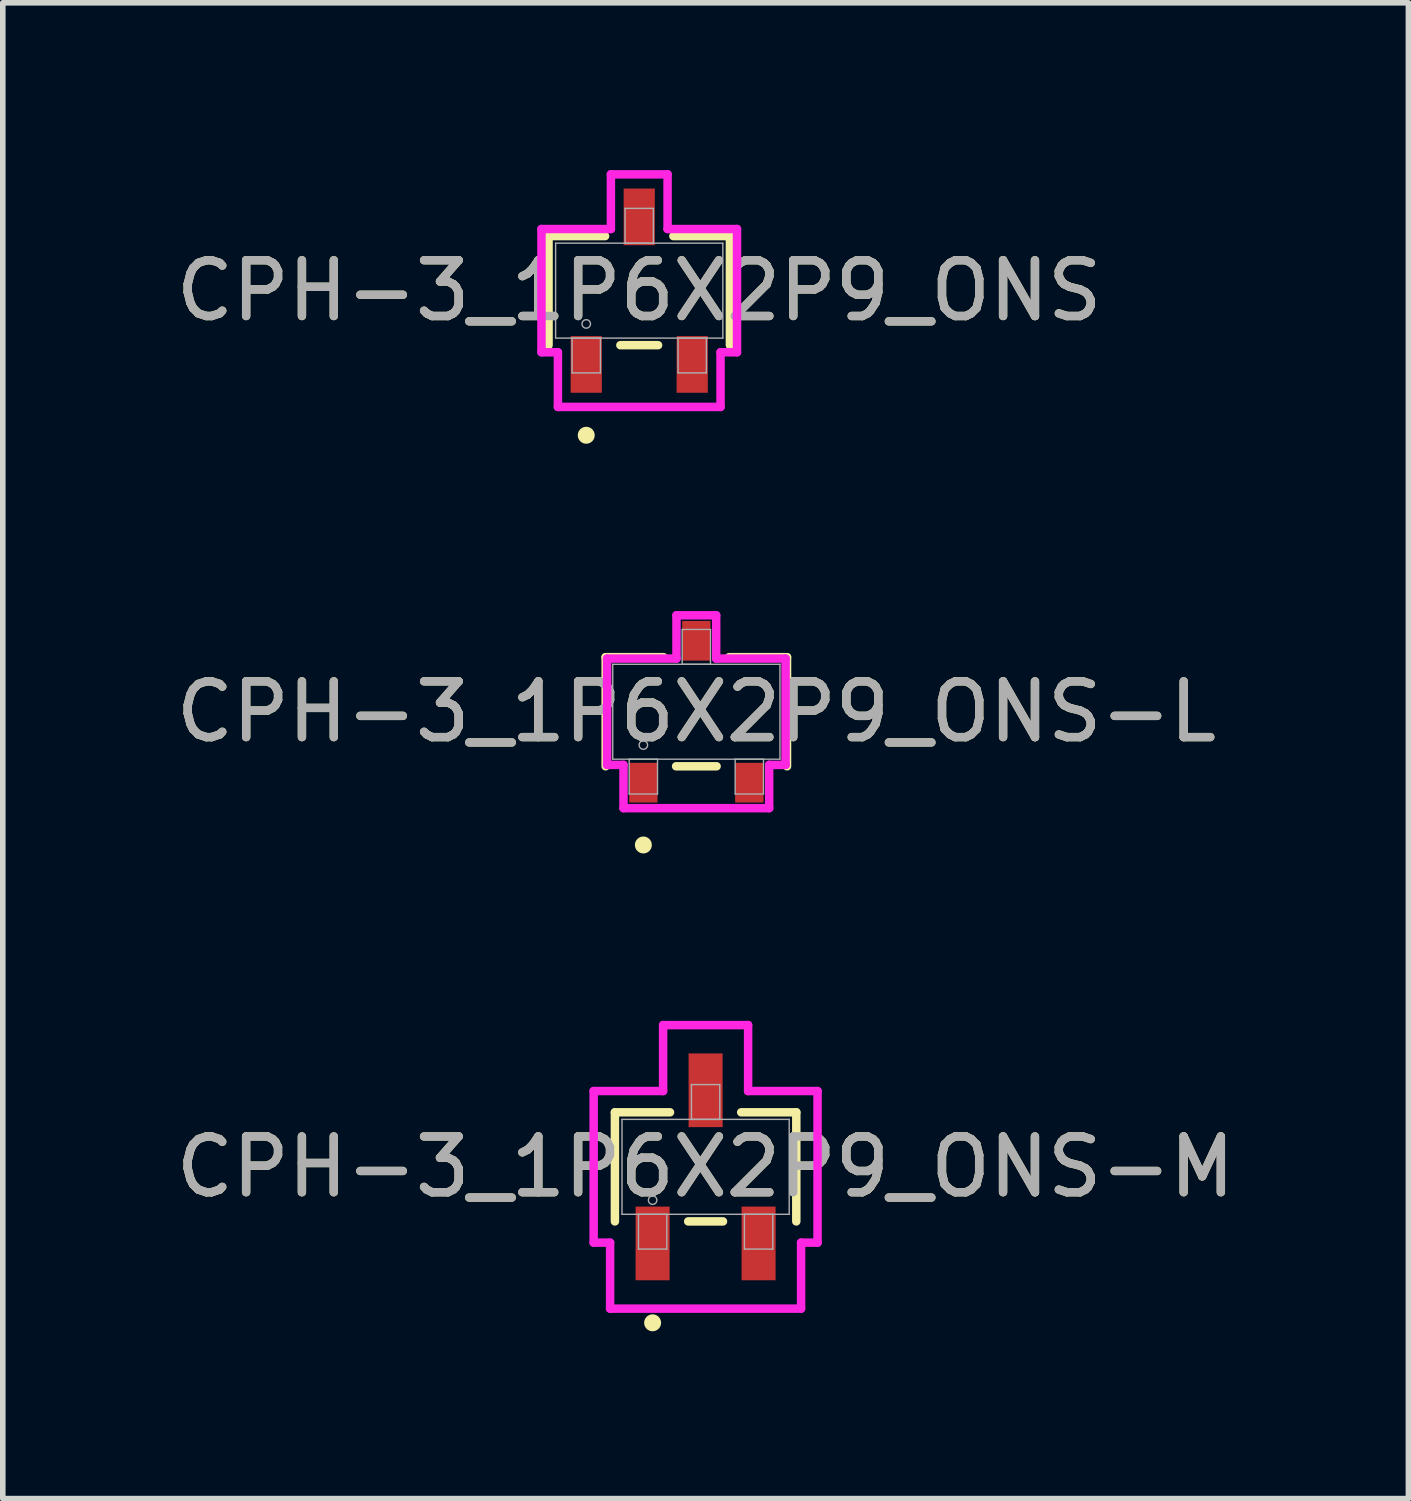
<source format=kicad_pcb>
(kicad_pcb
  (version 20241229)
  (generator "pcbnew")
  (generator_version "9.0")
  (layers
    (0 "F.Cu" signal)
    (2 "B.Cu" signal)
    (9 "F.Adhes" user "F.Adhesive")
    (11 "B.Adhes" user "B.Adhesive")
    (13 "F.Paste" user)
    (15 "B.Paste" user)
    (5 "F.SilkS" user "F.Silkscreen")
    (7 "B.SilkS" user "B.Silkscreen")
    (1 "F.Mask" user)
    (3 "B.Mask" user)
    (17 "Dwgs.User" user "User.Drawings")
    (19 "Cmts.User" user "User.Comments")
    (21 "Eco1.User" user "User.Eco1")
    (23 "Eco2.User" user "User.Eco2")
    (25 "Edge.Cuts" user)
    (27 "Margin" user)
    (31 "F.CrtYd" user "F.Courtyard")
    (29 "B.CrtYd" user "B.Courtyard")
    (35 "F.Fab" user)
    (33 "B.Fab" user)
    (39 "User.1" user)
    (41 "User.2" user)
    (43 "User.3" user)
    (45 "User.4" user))
  (footprint "CPH-3_1P6X2P9_ONS"
    (layer "F.Cu")
    (at 8.411 2.161)
    (property "Reference" "CPH-3_1P6X2P9_ONS" (at 0 0 0) (unlocked yes) (layer "F.SilkS") (effects (font (size 1 1) (thickness 0.15))))
    (attr smd)
    (fp_line (start -1.626 -0.978) (end -1.626 0.978) (stroke (width 0.152) (type solid)) (layer "F.SilkS"))
    (fp_line (start -0.612 -0.978) (end -1.626 -0.978) (stroke (width 0.152) (type solid)) (layer "F.SilkS"))
    (fp_line (start -0.338 0.978) (end 0.338 0.978) (stroke (width 0.152) (type solid)) (layer "F.SilkS"))
    (fp_line (start 1.626 -0.978) (end 0.612 -0.978) (stroke (width 0.152) (type solid)) (layer "F.SilkS"))
    (fp_line (start 1.626 0.978) (end 1.626 -0.978) (stroke (width 0.152) (type solid)) (layer "F.SilkS"))
    (fp_circle (center -0.95 2.593) (end -0.874 2.593) (stroke (width 0.152) (type solid)) (fill no) (layer "F.SilkS"))
    (fp_line (start -1.753 -1.105) (end -0.508 -1.105) (stroke (width 0.152) (type solid)) (layer "F.CrtYd"))
    (fp_line (start -1.753 1.105) (end -1.753 -1.105) (stroke (width 0.152) (type solid)) (layer "F.CrtYd"))
    (fp_line (start -1.753 1.105) (end -1.458 1.105) (stroke (width 0.152) (type solid)) (layer "F.CrtYd"))
    (fp_line (start -1.458 1.105) (end -1.458 2.085) (stroke (width 0.152) (type solid)) (layer "F.CrtYd"))
    (fp_line (start -1.458 2.085) (end 1.458 2.085) (stroke (width 0.152) (type solid)) (layer "F.CrtYd"))
    (fp_line (start -0.508 -2.085) (end 0.508 -2.085) (stroke (width 0.152) (type solid)) (layer "F.CrtYd"))
    (fp_line (start -0.508 -1.105) (end -0.508 -2.085) (stroke (width 0.152) (type solid)) (layer "F.CrtYd"))
    (fp_line (start 0.508 -1.105) (end 0.508 -2.085) (stroke (width 0.152) (type solid)) (layer "F.CrtYd"))
    (fp_line (start 1.458 1.105) (end 1.458 2.085) (stroke (width 0.152) (type solid)) (layer "F.CrtYd"))
    (fp_line (start 1.753 -1.105) (end 0.508 -1.105) (stroke (width 0.152) (type solid)) (layer "F.CrtYd"))
    (fp_line (start 1.753 -1.105) (end 1.753 1.105) (stroke (width 0.152) (type solid)) (layer "F.CrtYd"))
    (fp_line (start 1.753 1.105) (end 1.458 1.105) (stroke (width 0.152) (type solid)) (layer "F.CrtYd"))
    (fp_line (start -1.499 -0.851) (end -1.499 0.851) (stroke (width 0.025) (type solid)) (layer "F.Fab"))
    (fp_line (start -1.499 0.851) (end 1.499 0.851) (stroke (width 0.025) (type solid)) (layer "F.Fab"))
    (fp_line (start -1.204 0.851) (end -1.204 1.475) (stroke (width 0.025) (type solid)) (layer "F.Fab"))
    (fp_line (start -1.204 1.475) (end -0.696 1.475) (stroke (width 0.025) (type solid)) (layer "F.Fab"))
    (fp_line (start -0.696 0.851) (end -1.204 0.851) (stroke (width 0.025) (type solid)) (layer "F.Fab"))
    (fp_line (start -0.696 1.475) (end -0.696 0.851) (stroke (width 0.025) (type solid)) (layer "F.Fab"))
    (fp_line (start -0.254 -1.475) (end -0.254 -0.851) (stroke (width 0.025) (type solid)) (layer "F.Fab"))
    (fp_line (start -0.254 -0.851) (end 0.254 -0.851) (stroke (width 0.025) (type solid)) (layer "F.Fab"))
    (fp_line (start 0.254 -1.475) (end -0.254 -1.475) (stroke (width 0.025) (type solid)) (layer "F.Fab"))
    (fp_line (start 0.254 -0.851) (end 0.254 -1.475) (stroke (width 0.025) (type solid)) (layer "F.Fab"))
    (fp_line (start 0.696 0.851) (end 0.696 1.475) (stroke (width 0.025) (type solid)) (layer "F.Fab"))
    (fp_line (start 0.696 1.475) (end 1.204 1.475) (stroke (width 0.025) (type solid)) (layer "F.Fab"))
    (fp_line (start 1.204 0.851) (end 0.696 0.851) (stroke (width 0.025) (type solid)) (layer "F.Fab"))
    (fp_line (start 1.204 1.475) (end 1.204 0.851) (stroke (width 0.025) (type solid)) (layer "F.Fab"))
    (fp_line (start 1.499 -0.851) (end -1.499 -0.851) (stroke (width 0.025) (type solid)) (layer "F.Fab"))
    (fp_line (start 1.499 0.851) (end 1.499 -0.851) (stroke (width 0.025) (type solid)) (layer "F.Fab"))
    (fp_circle (center -0.95 0.597) (end -0.874 0.597) (stroke (width 0.025) (type solid)) (fill no) (layer "F.Fab"))
    (fp_text user "${REFERENCE}" (at 0 0 0) (unlocked yes) (layer "F.Fab") (effects (font (size 1 1) (thickness 0.15))))
    (pad "1" smd rect (at -0.95 1.323) (size 0.559 1.016) (layers "F.Cu" "F.Mask" "F.Paste"))
    (pad "2" smd rect (at 0.95 1.323) (size 0.559 1.016) (layers "F.Cu" "F.Mask" "F.Paste"))
    (pad "3" smd rect (at 0 -1.323) (size 0.559 1.016) (layers "F.Cu" "F.Mask" "F.Paste")))
  (footprint "CPH-3_1P6X2P9_ONS-L"
    (layer "F.Cu")
    (at 9.435 9.711)
    (property "Reference" "CPH-3_1P6X2P9_ONS-L" (at 0 0 0) (unlocked yes) (layer "F.SilkS") (effects (font (size 1 1) (thickness 0.15))))
    (attr smd)
    (fp_line (start -1.626 -0.978) (end -1.626 0.978) (stroke (width 0.152) (type solid)) (layer "F.SilkS"))
    (fp_line (start -0.587 -0.978) (end -1.626 -0.978) (stroke (width 0.152) (type solid)) (layer "F.SilkS"))
    (fp_line (start -0.363 0.978) (end 0.363 0.978) (stroke (width 0.152) (type solid)) (layer "F.SilkS"))
    (fp_line (start 1.626 -0.978) (end 0.587 -0.978) (stroke (width 0.152) (type solid)) (layer "F.SilkS"))
    (fp_line (start 1.626 0.978) (end 1.626 -0.978) (stroke (width 0.152) (type solid)) (layer "F.SilkS"))
    (fp_circle (center -0.95 2.389) (end -0.874 2.389) (stroke (width 0.152) (type solid)) (fill no) (layer "F.SilkS"))
    (fp_line (start -1.6 -0.953) (end -0.356 -0.953) (stroke (width 0.152) (type solid)) (layer "F.CrtYd"))
    (fp_line (start -1.6 0.953) (end -1.6 -0.953) (stroke (width 0.152) (type solid)) (layer "F.CrtYd"))
    (fp_line (start -1.6 0.953) (end -1.306 0.953) (stroke (width 0.152) (type solid)) (layer "F.CrtYd"))
    (fp_line (start -1.306 0.953) (end -1.306 1.729) (stroke (width 0.152) (type solid)) (layer "F.CrtYd"))
    (fp_line (start -1.306 1.729) (end 1.306 1.729) (stroke (width 0.152) (type solid)) (layer "F.CrtYd"))
    (fp_line (start -0.356 -1.729) (end 0.356 -1.729) (stroke (width 0.152) (type solid)) (layer "F.CrtYd"))
    (fp_line (start -0.356 -0.953) (end -0.356 -1.729) (stroke (width 0.152) (type solid)) (layer "F.CrtYd"))
    (fp_line (start 0.356 -0.953) (end 0.356 -1.729) (stroke (width 0.152) (type solid)) (layer "F.CrtYd"))
    (fp_line (start 1.306 0.953) (end 1.306 1.729) (stroke (width 0.152) (type solid)) (layer "F.CrtYd"))
    (fp_line (start 1.6 -0.953) (end 0.356 -0.953) (stroke (width 0.152) (type solid)) (layer "F.CrtYd"))
    (fp_line (start 1.6 -0.953) (end 1.6 0.953) (stroke (width 0.152) (type solid)) (layer "F.CrtYd"))
    (fp_line (start 1.6 0.953) (end 1.306 0.953) (stroke (width 0.152) (type solid)) (layer "F.CrtYd"))
    (fp_line (start -1.499 -0.851) (end -1.499 0.851) (stroke (width 0.025) (type solid)) (layer "F.Fab"))
    (fp_line (start -1.499 0.851) (end 1.499 0.851) (stroke (width 0.025) (type solid)) (layer "F.Fab"))
    (fp_line (start -1.204 0.851) (end -1.204 1.475) (stroke (width 0.025) (type solid)) (layer "F.Fab"))
    (fp_line (start -1.204 1.475) (end -0.696 1.475) (stroke (width 0.025) (type solid)) (layer "F.Fab"))
    (fp_line (start -0.696 0.851) (end -1.204 0.851) (stroke (width 0.025) (type solid)) (layer "F.Fab"))
    (fp_line (start -0.696 1.475) (end -0.696 0.851) (stroke (width 0.025) (type solid)) (layer "F.Fab"))
    (fp_line (start -0.254 -1.475) (end -0.254 -0.851) (stroke (width 0.025) (type solid)) (layer "F.Fab"))
    (fp_line (start -0.254 -0.851) (end 0.254 -0.851) (stroke (width 0.025) (type solid)) (layer "F.Fab"))
    (fp_line (start 0.254 -1.475) (end -0.254 -1.475) (stroke (width 0.025) (type solid)) (layer "F.Fab"))
    (fp_line (start 0.254 -0.851) (end 0.254 -1.475) (stroke (width 0.025) (type solid)) (layer "F.Fab"))
    (fp_line (start 0.696 0.851) (end 0.696 1.475) (stroke (width 0.025) (type solid)) (layer "F.Fab"))
    (fp_line (start 0.696 1.475) (end 1.204 1.475) (stroke (width 0.025) (type solid)) (layer "F.Fab"))
    (fp_line (start 1.204 0.851) (end 0.696 0.851) (stroke (width 0.025) (type solid)) (layer "F.Fab"))
    (fp_line (start 1.204 1.475) (end 1.204 0.851) (stroke (width 0.025) (type solid)) (layer "F.Fab"))
    (fp_line (start 1.499 -0.851) (end -1.499 -0.851) (stroke (width 0.025) (type solid)) (layer "F.Fab"))
    (fp_line (start 1.499 0.851) (end 1.499 -0.851) (stroke (width 0.025) (type solid)) (layer "F.Fab"))
    (fp_circle (center -0.95 0.597) (end -0.874 0.597) (stroke (width 0.025) (type solid)) (fill no) (layer "F.Fab"))
    (fp_text user "${REFERENCE}" (at 0 0 0) (unlocked yes) (layer "F.Fab") (effects (font (size 1 1) (thickness 0.15))))
    (pad "1" smd rect (at -0.95 1.272) (size 0.508 0.711) (layers "F.Cu" "F.Mask" "F.Paste"))
    (pad "2" smd rect (at 0.95 1.272) (size 0.508 0.711) (layers "F.Cu" "F.Mask" "F.Paste"))
    (pad "3" smd rect (at 0 -1.272) (size 0.508 0.711) (layers "F.Cu" "F.Mask" "F.Paste")))
  (footprint "CPH-3_1P6X2P9_ONS-M"
    (layer "F.Cu")
    (at 9.601 17.871)
    (property "Reference" "CPH-3_1P6X2P9_ONS-M" (at 0 0 0) (unlocked yes) (layer "F.SilkS") (effects (font (size 1 1) (thickness 0.15))))
    (attr smd)
    (fp_line (start -1.626 -0.978) (end -1.626 0.978) (stroke (width 0.152) (type solid)) (layer "F.SilkS"))
    (fp_line (start -0.638 -0.978) (end -1.626 -0.978) (stroke (width 0.152) (type solid)) (layer "F.SilkS"))
    (fp_line (start -0.312 0.978) (end 0.312 0.978) (stroke (width 0.152) (type solid)) (layer "F.SilkS"))
    (fp_line (start 1.626 -0.978) (end 0.638 -0.978) (stroke (width 0.152) (type solid)) (layer "F.SilkS"))
    (fp_line (start 1.626 0.978) (end 1.626 -0.978) (stroke (width 0.152) (type solid)) (layer "F.SilkS"))
    (fp_circle (center -0.95 2.796) (end -0.874 2.796) (stroke (width 0.152) (type solid)) (fill no) (layer "F.SilkS"))
    (fp_line (start -2.007 -1.359) (end -0.762 -1.359) (stroke (width 0.152) (type solid)) (layer "F.CrtYd"))
    (fp_line (start -2.007 1.359) (end -2.007 -1.359) (stroke (width 0.152) (type solid)) (layer "F.CrtYd"))
    (fp_line (start -2.007 1.359) (end -1.712 1.359) (stroke (width 0.152) (type solid)) (layer "F.CrtYd"))
    (fp_line (start -1.712 1.359) (end -1.712 2.542) (stroke (width 0.152) (type solid)) (layer "F.CrtYd"))
    (fp_line (start -1.712 2.542) (end 1.712 2.542) (stroke (width 0.152) (type solid)) (layer "F.CrtYd"))
    (fp_line (start -0.762 -2.542) (end 0.762 -2.542) (stroke (width 0.152) (type solid)) (layer "F.CrtYd"))
    (fp_line (start -0.762 -1.359) (end -0.762 -2.542) (stroke (width 0.152) (type solid)) (layer "F.CrtYd"))
    (fp_line (start 0.762 -1.359) (end 0.762 -2.542) (stroke (width 0.152) (type solid)) (layer "F.CrtYd"))
    (fp_line (start 1.712 1.359) (end 1.712 2.542) (stroke (width 0.152) (type solid)) (layer "F.CrtYd"))
    (fp_line (start 2.007 -1.359) (end 0.762 -1.359) (stroke (width 0.152) (type solid)) (layer "F.CrtYd"))
    (fp_line (start 2.007 -1.359) (end 2.007 1.359) (stroke (width 0.152) (type solid)) (layer "F.CrtYd"))
    (fp_line (start 2.007 1.359) (end 1.712 1.359) (stroke (width 0.152) (type solid)) (layer "F.CrtYd"))
    (fp_line (start -1.499 -0.851) (end -1.499 0.851) (stroke (width 0.025) (type solid)) (layer "F.Fab"))
    (fp_line (start -1.499 0.851) (end 1.499 0.851) (stroke (width 0.025) (type solid)) (layer "F.Fab"))
    (fp_line (start -1.204 0.851) (end -1.204 1.475) (stroke (width 0.025) (type solid)) (layer "F.Fab"))
    (fp_line (start -1.204 1.475) (end -0.696 1.475) (stroke (width 0.025) (type solid)) (layer "F.Fab"))
    (fp_line (start -0.696 0.851) (end -1.204 0.851) (stroke (width 0.025) (type solid)) (layer "F.Fab"))
    (fp_line (start -0.696 1.475) (end -0.696 0.851) (stroke (width 0.025) (type solid)) (layer "F.Fab"))
    (fp_line (start -0.254 -1.475) (end -0.254 -0.851) (stroke (width 0.025) (type solid)) (layer "F.Fab"))
    (fp_line (start -0.254 -0.851) (end 0.254 -0.851) (stroke (width 0.025) (type solid)) (layer "F.Fab"))
    (fp_line (start 0.254 -1.475) (end -0.254 -1.475) (stroke (width 0.025) (type solid)) (layer "F.Fab"))
    (fp_line (start 0.254 -0.851) (end 0.254 -1.475) (stroke (width 0.025) (type solid)) (layer "F.Fab"))
    (fp_line (start 0.696 0.851) (end 0.696 1.475) (stroke (width 0.025) (type solid)) (layer "F.Fab"))
    (fp_line (start 0.696 1.475) (end 1.204 1.475) (stroke (width 0.025) (type solid)) (layer "F.Fab"))
    (fp_line (start 1.204 0.851) (end 0.696 0.851) (stroke (width 0.025) (type solid)) (layer "F.Fab"))
    (fp_line (start 1.204 1.475) (end 1.204 0.851) (stroke (width 0.025) (type solid)) (layer "F.Fab"))
    (fp_line (start 1.499 -0.851) (end -1.499 -0.851) (stroke (width 0.025) (type solid)) (layer "F.Fab"))
    (fp_line (start 1.499 0.851) (end 1.499 -0.851) (stroke (width 0.025) (type solid)) (layer "F.Fab"))
    (fp_circle (center -0.95 0.597) (end -0.874 0.597) (stroke (width 0.025) (type solid)) (fill no) (layer "F.Fab"))
    (fp_text user "${REFERENCE}" (at 0 0 0) (unlocked yes) (layer "F.Fab") (effects (font (size 1 1) (thickness 0.15))))
    (pad "1" smd rect (at -0.95 1.373) (size 0.61 1.321) (layers "F.Cu" "F.Mask" "F.Paste"))
    (pad "2" smd rect (at 0.95 1.373) (size 0.61 1.321) (layers "F.Cu" "F.Mask" "F.Paste"))
    (pad "3" smd rect (at 0 -1.373) (size 0.61 1.321) (layers "F.Cu" "F.Mask" "F.Paste")))
  (gr_rect
    (start -3 -3)
    (end 22.202 23.819)
    (stroke (width 0.1) (type default))
    (fill no)
    (layer "Edge.Cuts")))
</source>
